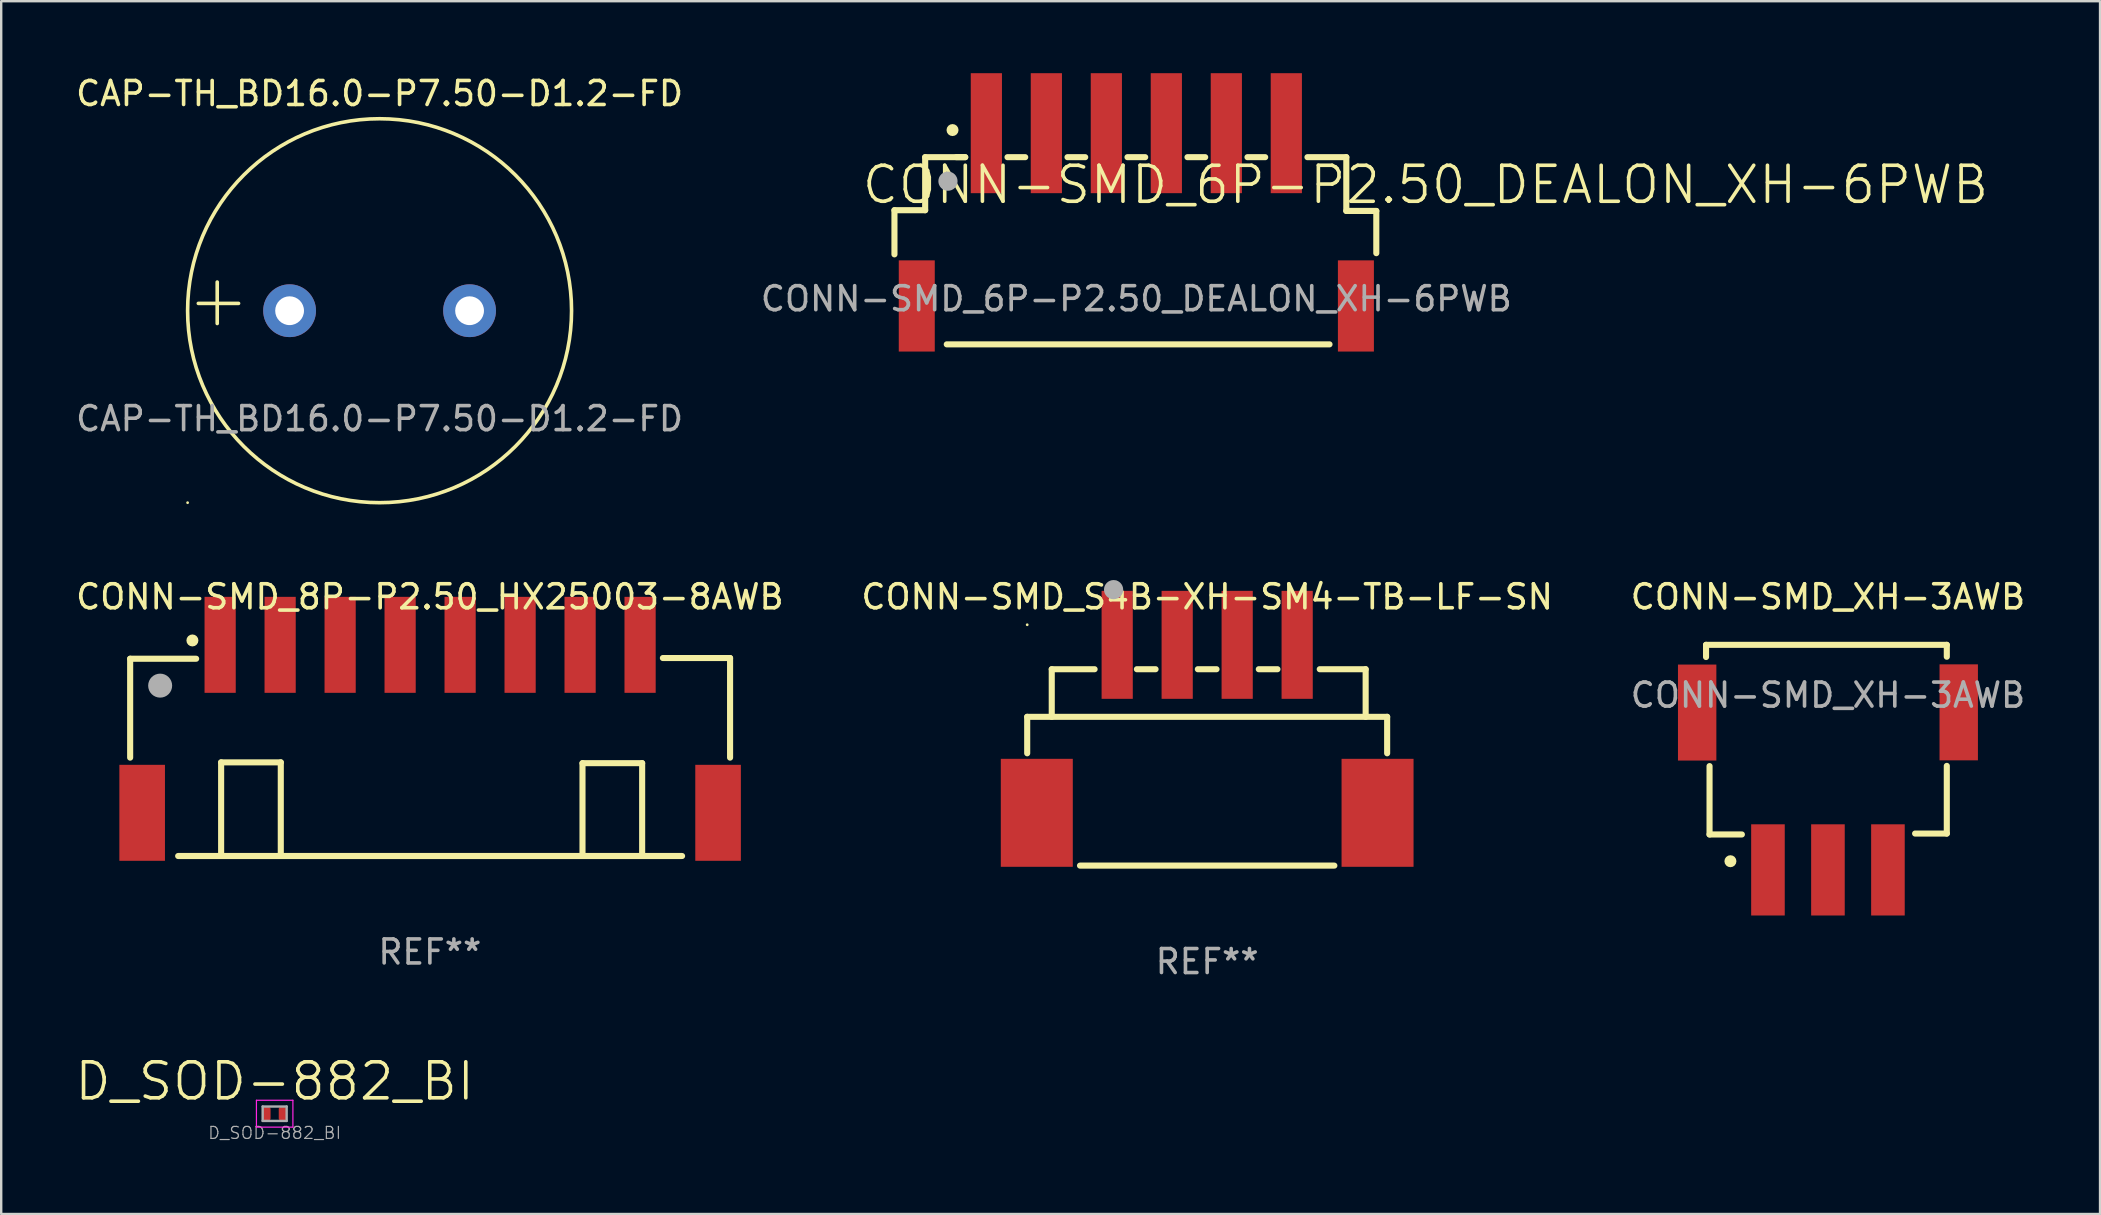
<source format=kicad_pcb>
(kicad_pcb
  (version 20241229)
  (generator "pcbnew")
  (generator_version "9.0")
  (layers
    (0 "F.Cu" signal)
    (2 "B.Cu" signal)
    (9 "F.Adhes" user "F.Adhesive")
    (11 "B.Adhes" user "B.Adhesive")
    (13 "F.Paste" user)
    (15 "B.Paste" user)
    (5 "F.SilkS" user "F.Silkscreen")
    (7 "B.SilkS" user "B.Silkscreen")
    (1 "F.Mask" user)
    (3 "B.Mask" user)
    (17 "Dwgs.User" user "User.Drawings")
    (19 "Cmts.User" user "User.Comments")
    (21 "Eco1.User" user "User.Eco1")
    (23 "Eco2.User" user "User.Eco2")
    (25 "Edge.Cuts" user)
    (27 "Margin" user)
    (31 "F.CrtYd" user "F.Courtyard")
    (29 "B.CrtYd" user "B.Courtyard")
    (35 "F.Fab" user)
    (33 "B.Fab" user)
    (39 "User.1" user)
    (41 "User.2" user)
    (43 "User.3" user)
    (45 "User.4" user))
  (footprint "CONN-SMD_8P-P2.50_HX25003-8AWB"
    (layer "F.Cu")
    (at 14.874 27.322)
    (property "Reference" "CONN-SMD_8P-P2.50_HX25003-8AWB" (at -0.01 -5.5 0) (layer "F.SilkS") (effects (font (size 1 1) (thickness 0.15))))
    (attr smd)
    (fp_line (start -12.5 -2.921) (end -12.5 1.2) (stroke (width 0.254) (type solid)) (layer "F.SilkS"))
    (fp_line (start -10.5 5.3) (end 10.5 5.3) (stroke (width 0.254) (type solid)) (layer "F.SilkS"))
    (fp_line (start -9.75 -2.921) (end -12.5 -2.921) (stroke (width 0.254) (type solid)) (layer "F.SilkS"))
    (fp_line (start -8.709 1.397) (end -6.223 1.397) (stroke (width 0.254) (type solid)) (layer "F.SilkS"))
    (fp_line (start -8.709 5.3) (end -8.709 1.397) (stroke (width 0.254) (type solid)) (layer "F.SilkS"))
    (fp_line (start -6.223 1.397) (end -6.223 5.3) (stroke (width 0.254) (type solid)) (layer "F.SilkS"))
    (fp_line (start 6.35 1.431) (end 6.35 5.3) (stroke (width 0.254) (type solid)) (layer "F.SilkS"))
    (fp_line (start 6.35 1.431) (end 8.836 1.431) (stroke (width 0.254) (type solid)) (layer "F.SilkS"))
    (fp_line (start 8.836 1.431) (end 8.836 5.3) (stroke (width 0.254) (type solid)) (layer "F.SilkS"))
    (fp_line (start 12.5 -2.95) (end 9.7 -2.95) (stroke (width 0.254) (type solid)) (layer "F.SilkS"))
    (fp_line (start 12.5 -2.95) (end 12.5 1.2) (stroke (width 0.254) (type solid)) (layer "F.SilkS"))
    (fp_circle (center -9.906 -3.683) (end -9.781 -3.683) (stroke (width 0.25) (type solid)) (fill no) (layer "F.SilkS"))
    (fp_circle (center -11.25 -1.8) (end -11 -1.8) (stroke (width 0.5) (type solid)) (fill no) (layer "F.Fab"))
    (fp_text user "REF**" (at -0.01 9.3 0) (layer "F.Fab") (effects (font (size 1 1) (thickness 0.15))))
    (pad "1" smd rect (at -8.75 -3.5) (size 1.3 4) (layers "F.Cu" "F.Mask" "F.Paste"))
    (pad "2" smd rect (at -6.25 -3.5) (size 1.3 4) (layers "F.Cu" "F.Mask" "F.Paste"))
    (pad "3" smd rect (at -3.75 -3.5) (size 1.3 4) (layers "F.Cu" "F.Mask" "F.Paste"))
    (pad "4" smd rect (at -1.25 -3.5) (size 1.3 4) (layers "F.Cu" "F.Mask" "F.Paste"))
    (pad "5" smd rect (at 1.25 -3.5) (size 1.3 4) (layers "F.Cu" "F.Mask" "F.Paste"))
    (pad "6" smd rect (at 3.75 -3.5) (size 1.3 4) (layers "F.Cu" "F.Mask" "F.Paste"))
    (pad "7" smd rect (at 6.25 -3.5) (size 1.3 4) (layers "F.Cu" "F.Mask" "F.Paste"))
    (pad "8" smd rect (at 8.75 -3.5) (size 1.3 4) (layers "F.Cu" "F.Mask" "F.Paste"))
    (pad "9" smd rect (at 12 3.5) (size 1.9 4) (layers "F.Cu" "F.Mask" "F.Paste"))
    (pad "10" smd rect (at -12 3.5) (size 1.9 4) (layers "F.Cu" "F.Mask" "F.Paste")))
  (footprint "CONN-SMD_S4B-XH-SM4-TB-LF-SN"
    (layer "F.Cu")
    (at 47.256 27.322)
    (property "Reference" "CONN-SMD_S4B-XH-SM4-TB-LF-SN" (at 0 -5.5 0) (layer "F.SilkS") (effects (font (size 1 1) (thickness 0.15))))
    (attr smd)
    (fp_line (start -7.5 -0.5) (end -7.5 1.019) (stroke (width 0.254) (type solid)) (layer "F.SilkS"))
    (fp_line (start -6.477 -2.484) (end -4.691 -2.484) (stroke (width 0.254) (type solid)) (layer "F.SilkS"))
    (fp_line (start -6.477 -0.5) (end -6.477 -2.484) (stroke (width 0.254) (type solid)) (layer "F.SilkS"))
    (fp_line (start -5.3 5.7) (end 5.3 5.7) (stroke (width 0.254) (type solid)) (layer "F.SilkS"))
    (fp_line (start -2.929 -2.484) (end -2.151 -2.484) (stroke (width 0.254) (type solid)) (layer "F.SilkS"))
    (fp_line (start -0.389 -2.484) (end 0.389 -2.484) (stroke (width 0.254) (type solid)) (layer "F.SilkS"))
    (fp_line (start 2.151 -2.484) (end 2.929 -2.484) (stroke (width 0.254) (type solid)) (layer "F.SilkS"))
    (fp_line (start 4.691 -2.484) (end 6.604 -2.484) (stroke (width 0.254) (type solid)) (layer "F.SilkS"))
    (fp_line (start 6.604 -2.484) (end 6.604 -0.5) (stroke (width 0.254) (type solid)) (layer "F.SilkS"))
    (fp_line (start 7.5 -0.5) (end -7.5 -0.5) (stroke (width 0.254) (type solid)) (layer "F.SilkS"))
    (fp_line (start 7.5 -0.5) (end 7.5 1.019) (stroke (width 0.254) (type solid)) (layer "F.SilkS"))
    (fp_circle (center -7.5 -4.337) (end -7.47 -4.337) (stroke (width 0.06) (type solid)) (fill no) (layer "F.SilkS"))
    (fp_circle (center -3.9 -5.8) (end -3.7 -5.8) (stroke (width 0.4) (type solid)) (fill no) (layer "F.Fab"))
    (fp_text user "REF**" (at 0 9.7 0) (layer "F.Fab") (effects (font (size 1 1) (thickness 0.15))))
    (pad "1" smd rect (at -3.75 -3.5) (size 1.3 4.5) (layers "F.Cu" "F.Mask" "F.Paste"))
    (pad "2" smd rect (at -1.25 -3.5) (size 1.3 4.5) (layers "F.Cu" "F.Mask" "F.Paste"))
    (pad "3" smd rect (at 1.25 -3.5) (size 1.3 4.5) (layers "F.Cu" "F.Mask" "F.Paste"))
    (pad "4" smd rect (at 3.75 -3.5) (size 1.3 4.5) (layers "F.Cu" "F.Mask" "F.Paste"))
    (pad "5" smd rect (at 7.1 3.5) (size 3 4.5) (layers "F.Cu" "F.Mask" "F.Paste"))
    (pad "6" smd rect (at -7.1 3.5) (size 3 4.5) (layers "F.Cu" "F.Mask" "F.Paste")))
  (footprint "CONN-SMD_XH-3AWB"
    (layer "F.Cu")
    (at 73.125 29.918)
    (property "Reference" "CONN-SMD_XH-3AWB" (at -0.000025 -8.096 0) (layer "F.SilkS") (effects (font (size 1 1) (thickness 0.15))))
    (attr smd)
    (fp_line (start -5.08 -6.096) (end 4.953 -6.096) (stroke (width 0.254) (type solid)) (layer "F.SilkS"))
    (fp_line (start -5.08 -5.588) (end -5.08 -6.096) (stroke (width 0.254) (type solid)) (layer "F.SilkS"))
    (fp_line (start -4.934 1.806) (end -4.934 -1.043) (stroke (width 0.254) (type solid)) (layer "F.SilkS"))
    (fp_line (start -4.934 1.806) (end -3.587 1.806) (stroke (width 0.254) (type solid)) (layer "F.SilkS"))
    (fp_line (start 3.632 1.768) (end 4.953 1.768) (stroke (width 0.254) (type solid)) (layer "F.SilkS"))
    (fp_line (start 4.953 -6.096) (end 4.953 -5.6) (stroke (width 0.254) (type solid)) (layer "F.SilkS"))
    (fp_line (start 4.953 1.768) (end 4.953 -1.052) (stroke (width 0.254) (type solid)) (layer "F.SilkS"))
    (fp_circle (center -4.064 2.921) (end -3.939 2.921) (stroke (width 0.25) (type solid)) (fill no) (layer "F.SilkS"))
    (fp_text user "${REFERENCE}" (at 0 -4 0) (layer "F.Fab") (effects (font (size 1 1) (thickness 0.15))))
    (pad "1" smd rect (at -2.5 3.283) (size 1.4 3.8) (layers "F.Cu" "F.Mask" "F.Paste"))
    (pad "2" smd rect (at -0.000152 3.283) (size 1.4 3.8) (layers "F.Cu" "F.Mask" "F.Paste"))
    (pad "3" smd rect (at 2.5 3.283) (size 1.4 3.8) (layers "F.Cu" "F.Mask" "F.Paste"))
    (pad "4" smd rect (at 5.45 -3.283) (size 1.6 4) (layers "F.Cu" "F.Mask" "F.Paste"))
    (pad "5" smd rect (at -5.45 -3.274) (size 1.6 4) (layers "F.Cu" "F.Mask" "F.Paste")))
  (footprint "CONN-SMD_6P-P2.50_DEALON_XH-6PWB"
    (layer "F.Cu")
    (at 44.304 6.1)
    (property "Reference" "CONN-SMD_6P-P2.50_DEALON_XH-6PWB" (at 12.05 -1.45 0) (layer "F.SilkS") (effects (font (size 1.5 1.5) (thickness 0.15))))
    (attr smd)
    (fp_line (start -10.08 -0.39) (end -10.08 1.45) (stroke (width 0.254) (type solid)) (layer "F.SilkS"))
    (fp_line (start -8.8 -2.6) (end -8.8 -0.39) (stroke (width 0.254) (type solid)) (layer "F.SilkS"))
    (fp_line (start -8.8 -0.39) (end -10.08 -0.39) (stroke (width 0.254) (type solid)) (layer "F.SilkS"))
    (fp_line (start -7.131 -2.6) (end -8.8 -2.6) (stroke (width 0.254) (type solid)) (layer "F.SilkS"))
    (fp_line (start -7.131 -2.6) (end -7.5 -2.6) (stroke (width 0.254) (type solid)) (layer "F.SilkS"))
    (fp_line (start -4.631 -2.6) (end -5.369 -2.6) (stroke (width 0.254) (type solid)) (layer "F.SilkS"))
    (fp_line (start -2.131 -2.6) (end -2.869 -2.6) (stroke (width 0.254) (type solid)) (layer "F.SilkS"))
    (fp_line (start 0.369 -2.6) (end -0.369 -2.6) (stroke (width 0.254) (type solid)) (layer "F.SilkS"))
    (fp_line (start 2.131 -2.6) (end 2.869 -2.6) (stroke (width 0.254) (type solid)) (layer "F.SilkS"))
    (fp_line (start 4.631 -2.6) (end 5.369 -2.6) (stroke (width 0.254) (type solid)) (layer "F.SilkS"))
    (fp_line (start 7.131 -2.6) (end 8.75 -2.6) (stroke (width 0.254) (type solid)) (layer "F.SilkS"))
    (fp_line (start 8.05 5.2) (end -7.9 5.2) (stroke (width 0.254) (type solid)) (layer "F.SilkS"))
    (fp_line (start 8.75 -2.6) (end 8.75 -0.36) (stroke (width 0.254) (type solid)) (layer "F.SilkS"))
    (fp_line (start 8.75 -0.36) (end 10 -0.36) (stroke (width 0.254) (type solid)) (layer "F.SilkS"))
    (fp_line (start 10 -0.36) (end 10 1.4) (stroke (width 0.254) (type solid)) (layer "F.SilkS"))
    (fp_circle (center -7.66 -3.73) (end -7.535 -3.73) (stroke (width 0.25) (type solid)) (fill no) (layer "F.SilkS"))
    (fp_circle (center -7.85 -1.6) (end -7.65 -1.6) (stroke (width 0.4) (type solid)) (fill no) (layer "F.Fab"))
    (fp_text user "${REFERENCE}" (at 0 3.3 0) (layer "F.Fab") (effects (font (size 1 1) (thickness 0.15))))
    (pad "1" smd rect (at -6.25 -3.6) (size 1.3 5) (layers "F.Cu" "F.Mask" "F.Paste"))
    (pad "2" smd rect (at -3.75 -3.6) (size 1.3 5) (layers "F.Cu" "F.Mask" "F.Paste"))
    (pad "3" smd rect (at -1.25 -3.6) (size 1.3 5) (layers "F.Cu" "F.Mask" "F.Paste"))
    (pad "4" smd rect (at 1.25 -3.6) (size 1.3 5) (layers "F.Cu" "F.Mask" "F.Paste"))
    (pad "5" smd rect (at 3.75 -3.6) (size 1.3 5) (layers "F.Cu" "F.Mask" "F.Paste"))
    (pad "6" smd rect (at 6.25 -3.6) (size 1.3 5) (layers "F.Cu" "F.Mask" "F.Paste"))
    (pad "7" smd rect (at -9.15 3.6) (size 1.5 3.8) (layers "F.Cu" "F.Mask" "F.Paste"))
    (pad "8" smd rect (at 9.15 3.6) (size 1.5 3.8) (layers "F.Cu" "F.Mask" "F.Paste")))
  (footprint "CAP-TH_BD16.0-P7.50-D1.2-FD"
    (layer "F.Cu")
    (at 12.768 9.898)
    (property "Reference" "CAP-TH_BD16.0-P7.50-D1.2-FD" (at 0.000127 -9.05 0) (layer "F.SilkS") (effects (font (size 1 1) (thickness 0.15))))
    (attr through_hole)
    (fp_line (start -6.766 0.533) (end -6.766 -1.194) (stroke (width 0.15) (type solid)) (layer "F.SilkS"))
    (fp_line (start -5.877 -0.305) (end -7.553 -0.305) (stroke (width 0.15) (type solid)) (layer "F.SilkS"))
    (fp_circle (center -8 8) (end -7.97 8) (stroke (width 0.06) (type solid)) (fill no) (layer "F.SilkS"))
    (fp_circle (center 0.000127 0) (end 8 0) (stroke (width 0.15) (type solid)) (fill no) (layer "F.SilkS"))
    (fp_text user "${REFERENCE}" (at 0 4.5 0) (layer "F.Fab") (effects (font (size 1 1) (thickness 0.15))))
    (pad "1" thru_hole circle (at -3.75 0) (size 2.2 2.2) (drill 1.2) (layers "*.Cu" "*.Mask"))
    (pad "2" thru_hole circle (at 3.75 0) (size 2.2 2.2) (drill 1.2) (layers "*.Cu" "*.Mask")))
  (footprint "D_SOD-882_BI"
    (layer "F.Cu")
    (at 8.396 43.361)
    (property "Reference" "D_SOD-882_BI" (at 0 -1.35 0) (layer "F.SilkS") (effects (font (size 1.5 1.5) (thickness 0.15))))
    (attr smd)
    (fp_line (start -0.76 -0.56) (end -0.76 0.56) (stroke (width 0.05) (type solid)) (layer "F.CrtYd"))
    (fp_line (start -0.76 -0.56) (end 0.76 -0.56) (stroke (width 0.05) (type solid)) (layer "F.CrtYd"))
    (fp_line (start 0.76 -0.56) (end 0.76 0.56) (stroke (width 0.05) (type solid)) (layer "F.CrtYd"))
    (fp_line (start 0.76 0.56) (end -0.76 0.56) (stroke (width 0.05) (type solid)) (layer "F.CrtYd"))
    (fp_line (start -0.5 -0.3) (end 0.5 -0.3) (stroke (width 0.1) (type solid)) (layer "F.Fab"))
    (fp_line (start -0.5 0.3) (end -0.5 -0.3) (stroke (width 0.1) (type solid)) (layer "F.Fab"))
    (fp_line (start 0.5 -0.3) (end 0.5 0.3) (stroke (width 0.1) (type solid)) (layer "F.Fab"))
    (fp_line (start 0.5 0.3) (end -0.5 0.3) (stroke (width 0.1) (type solid)) (layer "F.Fab"))
    (fp_text user "${REFERENCE}" (at 0 0.8 0) (layer "F.Fab") (effects (font (size 0.5 0.5) (thickness 0.05))))
    (pad "1" smd roundrect (at -0.325 0) (size 0.31 0.55) (layers "F.Cu" "F.Mask") (roundrect_rratio 0.258))
    (pad "2" smd roundrect (at 0.325 0) (size 0.31 0.55) (layers "F.Cu" "F.Mask") (roundrect_rratio 0.258)))
  (gr_rect
    (start -3 -3)
    (end 84.464 47.541)
    (stroke (width 0.1) (type default))
    (fill no)
    (layer "Edge.Cuts")))
</source>
